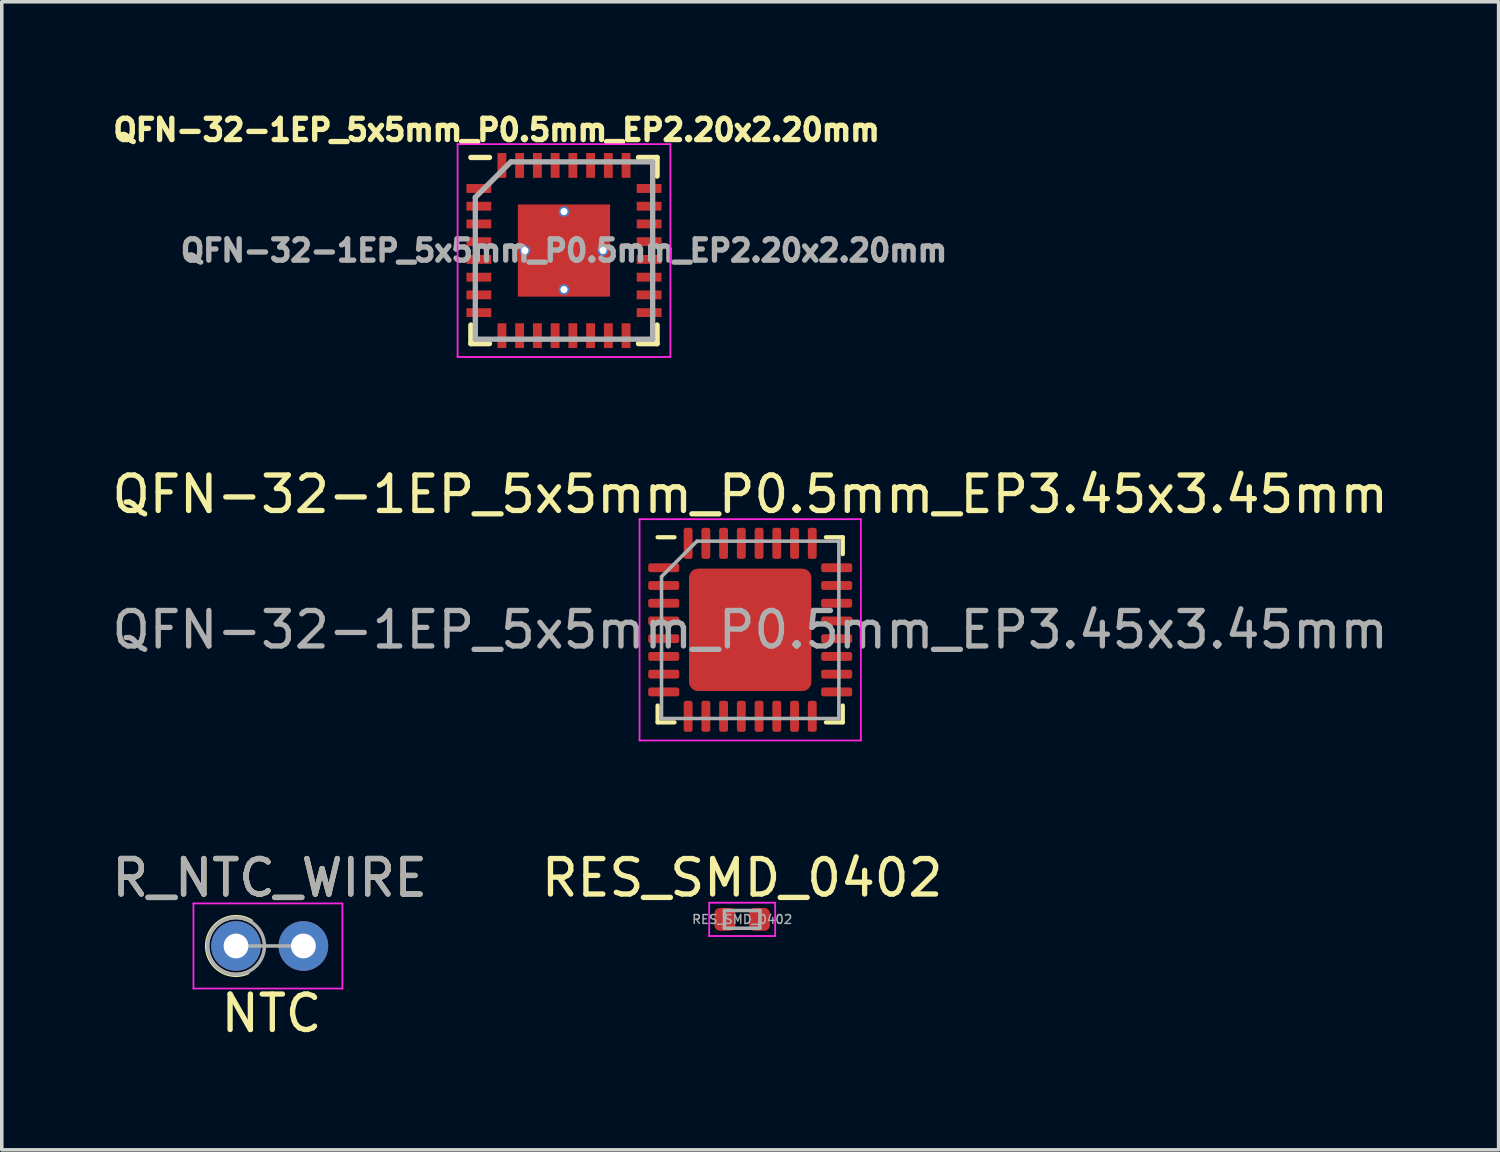
<source format=kicad_pcb>
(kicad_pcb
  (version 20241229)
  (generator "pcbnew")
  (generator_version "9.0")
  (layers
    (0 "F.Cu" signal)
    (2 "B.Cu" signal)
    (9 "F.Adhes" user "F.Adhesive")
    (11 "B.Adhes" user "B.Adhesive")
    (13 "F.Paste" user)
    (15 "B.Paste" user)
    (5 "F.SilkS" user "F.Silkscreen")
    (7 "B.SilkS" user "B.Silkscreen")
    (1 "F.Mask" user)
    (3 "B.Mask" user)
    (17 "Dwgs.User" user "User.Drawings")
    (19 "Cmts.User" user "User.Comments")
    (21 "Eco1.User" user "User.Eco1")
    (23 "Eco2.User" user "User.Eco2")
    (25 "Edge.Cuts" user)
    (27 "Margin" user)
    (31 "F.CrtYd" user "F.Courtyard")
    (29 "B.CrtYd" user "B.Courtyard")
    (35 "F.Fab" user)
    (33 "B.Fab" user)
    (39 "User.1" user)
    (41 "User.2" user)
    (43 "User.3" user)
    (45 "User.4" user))
  (footprint "QFN-32-1EP_5x5mm_P0.5mm_EP3.45x3.45mm"
    (layer "F.Cu")
    (at 18.101 14.707)
    (property "Reference" "QFN-32-1EP_5x5mm_P0.5mm_EP3.45x3.45mm" (at 0 -3.82 0) (layer "F.SilkS") (effects (font (size 1 1) (thickness 0.15))))
    (attr smd)
    (fp_line (start -2.61 2.61) (end -2.61 2.135) (stroke (width 0.12) (type solid)) (layer "F.SilkS"))
    (fp_line (start -2.135 -2.61) (end -2.61 -2.61) (stroke (width 0.12) (type solid)) (layer "F.SilkS"))
    (fp_line (start -2.135 2.61) (end -2.61 2.61) (stroke (width 0.12) (type solid)) (layer "F.SilkS"))
    (fp_line (start 2.135 -2.61) (end 2.61 -2.61) (stroke (width 0.12) (type solid)) (layer "F.SilkS"))
    (fp_line (start 2.135 2.61) (end 2.61 2.61) (stroke (width 0.12) (type solid)) (layer "F.SilkS"))
    (fp_line (start 2.61 -2.61) (end 2.61 -2.135) (stroke (width 0.12) (type solid)) (layer "F.SilkS"))
    (fp_line (start 2.61 2.61) (end 2.61 2.135) (stroke (width 0.12) (type solid)) (layer "F.SilkS"))
    (fp_line (start -3.12 -3.12) (end -3.12 3.12) (stroke (width 0.05) (type solid)) (layer "F.CrtYd"))
    (fp_line (start -3.12 3.12) (end 3.12 3.12) (stroke (width 0.05) (type solid)) (layer "F.CrtYd"))
    (fp_line (start 3.12 -3.12) (end -3.12 -3.12) (stroke (width 0.05) (type solid)) (layer "F.CrtYd"))
    (fp_line (start 3.12 3.12) (end 3.12 -3.12) (stroke (width 0.05) (type solid)) (layer "F.CrtYd"))
    (fp_line (start -2.5 -1.5) (end -1.5 -2.5) (stroke (width 0.1) (type solid)) (layer "F.Fab"))
    (fp_line (start -2.5 2.5) (end -2.5 -1.5) (stroke (width 0.1) (type solid)) (layer "F.Fab"))
    (fp_line (start -1.5 -2.5) (end 2.5 -2.5) (stroke (width 0.1) (type solid)) (layer "F.Fab"))
    (fp_line (start 2.5 -2.5) (end 2.5 2.5) (stroke (width 0.1) (type solid)) (layer "F.Fab"))
    (fp_line (start 2.5 2.5) (end -2.5 2.5) (stroke (width 0.1) (type solid)) (layer "F.Fab"))
    (fp_text user "${REFERENCE}" (at 0 0 0) (layer "F.Fab") (effects (font (size 1 1) (thickness 0.15))))
    (pad "" smd roundrect (at -1.15 -1.15) (size 0.93 0.93) (layers "F.Paste") (roundrect_rratio 0.25))
    (pad "" smd roundrect (at -1.15 0) (size 0.93 0.93) (layers "F.Paste") (roundrect_rratio 0.25))
    (pad "" smd roundrect (at -1.15 1.15) (size 0.93 0.93) (layers "F.Paste") (roundrect_rratio 0.25))
    (pad "" smd roundrect (at 0 -1.15) (size 0.93 0.93) (layers "F.Paste") (roundrect_rratio 0.25))
    (pad "" smd roundrect (at 0 0) (size 0.93 0.93) (layers "F.Paste") (roundrect_rratio 0.25))
    (pad "" smd roundrect (at 0 1.15) (size 0.93 0.93) (layers "F.Paste") (roundrect_rratio 0.25))
    (pad "" smd roundrect (at 1.15 -1.15) (size 0.93 0.93) (layers "F.Paste") (roundrect_rratio 0.25))
    (pad "" smd roundrect (at 1.15 0) (size 0.93 0.93) (layers "F.Paste") (roundrect_rratio 0.25))
    (pad "" smd roundrect (at 1.15 1.15) (size 0.93 0.93) (layers "F.Paste") (roundrect_rratio 0.25))
    (pad "1" smd roundrect (at -2.438 -1.75) (size 0.875 0.25) (layers "F.Cu" "F.Mask" "F.Paste") (roundrect_rratio 0.25))
    (pad "2" smd roundrect (at -2.438 -1.25) (size 0.875 0.25) (layers "F.Cu" "F.Mask" "F.Paste") (roundrect_rratio 0.25))
    (pad "3" smd roundrect (at -2.438 -0.75) (size 0.875 0.25) (layers "F.Cu" "F.Mask" "F.Paste") (roundrect_rratio 0.25))
    (pad "4" smd roundrect (at -2.438 -0.25) (size 0.875 0.25) (layers "F.Cu" "F.Mask" "F.Paste") (roundrect_rratio 0.25))
    (pad "5" smd roundrect (at -2.438 0.25) (size 0.875 0.25) (layers "F.Cu" "F.Mask" "F.Paste") (roundrect_rratio 0.25))
    (pad "6" smd roundrect (at -2.438 0.75) (size 0.875 0.25) (layers "F.Cu" "F.Mask" "F.Paste") (roundrect_rratio 0.25))
    (pad "7" smd roundrect (at -2.438 1.25) (size 0.875 0.25) (layers "F.Cu" "F.Mask" "F.Paste") (roundrect_rratio 0.25))
    (pad "8" smd roundrect (at -2.438 1.75) (size 0.875 0.25) (layers "F.Cu" "F.Mask" "F.Paste") (roundrect_rratio 0.25))
    (pad "9" smd roundrect (at -1.75 2.438) (size 0.25 0.875) (layers "F.Cu" "F.Mask" "F.Paste") (roundrect_rratio 0.25))
    (pad "10" smd roundrect (at -1.25 2.438) (size 0.25 0.875) (layers "F.Cu" "F.Mask" "F.Paste") (roundrect_rratio 0.25))
    (pad "11" smd roundrect (at -0.75 2.438) (size 0.25 0.875) (layers "F.Cu" "F.Mask" "F.Paste") (roundrect_rratio 0.25))
    (pad "12" smd roundrect (at -0.25 2.438) (size 0.25 0.875) (layers "F.Cu" "F.Mask" "F.Paste") (roundrect_rratio 0.25))
    (pad "13" smd roundrect (at 0.25 2.438) (size 0.25 0.875) (layers "F.Cu" "F.Mask" "F.Paste") (roundrect_rratio 0.25))
    (pad "14" smd roundrect (at 0.75 2.438) (size 0.25 0.875) (layers "F.Cu" "F.Mask" "F.Paste") (roundrect_rratio 0.25))
    (pad "15" smd roundrect (at 1.25 2.438) (size 0.25 0.875) (layers "F.Cu" "F.Mask" "F.Paste") (roundrect_rratio 0.25))
    (pad "16" smd roundrect (at 1.75 2.438) (size 0.25 0.875) (layers "F.Cu" "F.Mask" "F.Paste") (roundrect_rratio 0.25))
    (pad "17" smd roundrect (at 2.438 1.75) (size 0.875 0.25) (layers "F.Cu" "F.Mask" "F.Paste") (roundrect_rratio 0.25))
    (pad "18" smd roundrect (at 2.438 1.25) (size 0.875 0.25) (layers "F.Cu" "F.Mask" "F.Paste") (roundrect_rratio 0.25))
    (pad "19" smd roundrect (at 2.438 0.75) (size 0.875 0.25) (layers "F.Cu" "F.Mask" "F.Paste") (roundrect_rratio 0.25))
    (pad "20" smd roundrect (at 2.438 0.25) (size 0.875 0.25) (layers "F.Cu" "F.Mask" "F.Paste") (roundrect_rratio 0.25))
    (pad "21" smd roundrect (at 2.438 -0.25) (size 0.875 0.25) (layers "F.Cu" "F.Mask" "F.Paste") (roundrect_rratio 0.25))
    (pad "22" smd roundrect (at 2.438 -0.75) (size 0.875 0.25) (layers "F.Cu" "F.Mask" "F.Paste") (roundrect_rratio 0.25))
    (pad "23" smd roundrect (at 2.438 -1.25) (size 0.875 0.25) (layers "F.Cu" "F.Mask" "F.Paste") (roundrect_rratio 0.25))
    (pad "24" smd roundrect (at 2.438 -1.75) (size 0.875 0.25) (layers "F.Cu" "F.Mask" "F.Paste") (roundrect_rratio 0.25))
    (pad "25" smd roundrect (at 1.75 -2.438) (size 0.25 0.875) (layers "F.Cu" "F.Mask" "F.Paste") (roundrect_rratio 0.25))
    (pad "26" smd roundrect (at 1.25 -2.438) (size 0.25 0.875) (layers "F.Cu" "F.Mask" "F.Paste") (roundrect_rratio 0.25))
    (pad "27" smd roundrect (at 0.75 -2.438) (size 0.25 0.875) (layers "F.Cu" "F.Mask" "F.Paste") (roundrect_rratio 0.25))
    (pad "28" smd roundrect (at 0.25 -2.438) (size 0.25 0.875) (layers "F.Cu" "F.Mask" "F.Paste") (roundrect_rratio 0.25))
    (pad "29" smd roundrect (at -0.25 -2.438) (size 0.25 0.875) (layers "F.Cu" "F.Mask" "F.Paste") (roundrect_rratio 0.25))
    (pad "30" smd roundrect (at -0.75 -2.438) (size 0.25 0.875) (layers "F.Cu" "F.Mask" "F.Paste") (roundrect_rratio 0.25))
    (pad "31" smd roundrect (at -1.25 -2.438) (size 0.25 0.875) (layers "F.Cu" "F.Mask" "F.Paste") (roundrect_rratio 0.25))
    (pad "32" smd roundrect (at -1.75 -2.438) (size 0.25 0.875) (layers "F.Cu" "F.Mask" "F.Paste") (roundrect_rratio 0.25))
    (pad "33" smd roundrect (at 0 0) (size 3.45 3.45) (layers "F.Cu" "F.Mask") (roundrect_rratio 0.072)))
  (footprint "R_NTC_WIRE"
    (layer "F.Cu")
    (at 3.604 23.621)
    (property "Reference" "R_NTC_WIRE" (at 0.95 -1.92 0) (layer "F.SilkS") (effects (font (size 1 1) (thickness 0.15))))
    (attr through_hole)
    (fp_arc (start 0.320095 0.749359) (mid -0.813042 -0.054435) (end 0.417133 -0.7) (stroke (width 0.12) (type solid)) (layer "F.SilkS"))
    (fp_line (start -1.2 -1.2) (end -1.2 1.2) (stroke (width 0.05) (type solid)) (layer "F.CrtYd"))
    (fp_line (start -1.2 1.2) (end 3 1.2) (stroke (width 0.05) (type solid)) (layer "F.CrtYd"))
    (fp_line (start 3 -1.2) (end -1.2 -1.2) (stroke (width 0.05) (type solid)) (layer "F.CrtYd"))
    (fp_line (start 3 1.2) (end 3 -1.2) (stroke (width 0.05) (type solid)) (layer "F.CrtYd"))
    (fp_line (start 0 0) (end 1.9 0) (stroke (width 0.1) (type solid)) (layer "F.Fab"))
    (fp_circle (center 0 0) (end 0.8 0) (stroke (width 0.1) (type solid)) (fill no) (layer "F.Fab"))
    (fp_text user "NTC" (at 1 1.9 0) (layer "F.SilkS") (effects (font (size 1 1) (thickness 0.15))))
    (fp_text user "${REFERENCE}" (at 0.95 -1.92 0) (layer "F.Fab") (effects (font (size 1 1) (thickness 0.15))))
    (pad "1" thru_hole circle (at 0 0) (size 1.4 1.4) (drill 0.7) (layers "*.Cu" "*.Mask"))
    (pad "2" thru_hole oval (at 1.9 0) (size 1.4 1.4) (drill 0.7) (layers "*.Cu" "*.Mask")))
  (footprint "QFN-32-1EP_5x5mm_P0.5mm_EP2.20x2.20mm"
    (layer "F.Cu")
    (at 12.851 4.014)
    (property "Reference" "QFN-32-1EP_5x5mm_P0.5mm_EP2.20x2.20mm" (at -1.9 -3.4 180) (layer "F.SilkS") (effects (font (size 0.6 0.6) (thickness 0.15))))
    (attr smd)
    (fp_line (start -2.625 -2.625) (end -2.1 -2.625) (stroke (width 0.15) (type solid)) (layer "F.SilkS"))
    (fp_line (start -2.625 2.625) (end -2.625 2.1) (stroke (width 0.15) (type solid)) (layer "F.SilkS"))
    (fp_line (start -2.625 2.625) (end -2.1 2.625) (stroke (width 0.15) (type solid)) (layer "F.SilkS"))
    (fp_line (start 2.625 -2.625) (end 2.1 -2.625) (stroke (width 0.15) (type solid)) (layer "F.SilkS"))
    (fp_line (start 2.625 -2.625) (end 2.625 -2.1) (stroke (width 0.15) (type solid)) (layer "F.SilkS"))
    (fp_line (start 2.625 2.625) (end 2.1 2.625) (stroke (width 0.15) (type solid)) (layer "F.SilkS"))
    (fp_line (start 2.625 2.625) (end 2.625 2.1) (stroke (width 0.15) (type solid)) (layer "F.SilkS"))
    (fp_line (start -3 -3) (end -3 3) (stroke (width 0.05) (type solid)) (layer "F.CrtYd"))
    (fp_line (start -3 -3) (end 3 -3) (stroke (width 0.05) (type solid)) (layer "F.CrtYd"))
    (fp_line (start -3 3) (end 3 3) (stroke (width 0.05) (type solid)) (layer "F.CrtYd"))
    (fp_line (start 3 -3) (end 3 3) (stroke (width 0.05) (type solid)) (layer "F.CrtYd"))
    (fp_line (start -2.5 -1.5) (end -1.5 -2.5) (stroke (width 0.15) (type solid)) (layer "F.Fab"))
    (fp_line (start -2.5 2.5) (end -2.5 -1.5) (stroke (width 0.15) (type solid)) (layer "F.Fab"))
    (fp_line (start -1.5 -2.5) (end 2.5 -2.5) (stroke (width 0.15) (type solid)) (layer "F.Fab"))
    (fp_line (start 2.5 -2.5) (end 2.5 2.5) (stroke (width 0.15) (type solid)) (layer "F.Fab"))
    (fp_line (start 2.5 2.5) (end -2.5 2.5) (stroke (width 0.15) (type solid)) (layer "F.Fab"))
    (fp_text user "${REFERENCE}" (at 0 0 0) (layer "F.Fab") (effects (font (size 0.6 0.6) (thickness 0.15))))
    (pad "" smd rect (at -0.597 0.584) (size 0.92 0.92) (layers "F.Paste"))
    (pad "" smd rect (at -0.572 -0.559) (size 0.92 0.92) (layers "F.Paste"))
    (pad "" smd rect (at 0.572 0.559) (size 0.92 0.92) (layers "F.Paste"))
    (pad "" smd rect (at 0.584 -0.572) (size 0.92 0.92) (layers "F.Paste"))
    (pad "1" smd rect (at -2.4 -1.75) (size 0.7 0.25) (layers "F.Cu" "F.Mask" "F.Paste"))
    (pad "2" smd rect (at -2.4 -1.25) (size 0.7 0.25) (layers "F.Cu" "F.Mask" "F.Paste"))
    (pad "3" smd rect (at -2.4 -0.75) (size 0.7 0.25) (layers "F.Cu" "F.Mask" "F.Paste"))
    (pad "4" smd rect (at -2.4 -0.25) (size 0.7 0.25) (layers "F.Cu" "F.Mask" "F.Paste"))
    (pad "5" smd rect (at -2.4 0.25) (size 0.7 0.25) (layers "F.Cu" "F.Mask" "F.Paste"))
    (pad "6" smd rect (at -2.4 0.75) (size 0.7 0.25) (layers "F.Cu" "F.Mask" "F.Paste"))
    (pad "7" smd rect (at -2.4 1.25) (size 0.7 0.25) (layers "F.Cu" "F.Mask" "F.Paste"))
    (pad "8" smd rect (at -2.4 1.75) (size 0.7 0.25) (layers "F.Cu" "F.Mask" "F.Paste"))
    (pad "9" smd rect (at -1.75 2.4 90) (size 0.7 0.25) (layers "F.Cu" "F.Mask" "F.Paste"))
    (pad "10" smd rect (at -1.25 2.4 90) (size 0.7 0.25) (layers "F.Cu" "F.Mask" "F.Paste"))
    (pad "11" smd rect (at -0.75 2.4 90) (size 0.7 0.25) (layers "F.Cu" "F.Mask" "F.Paste"))
    (pad "12" smd rect (at -0.25 2.4 90) (size 0.7 0.25) (layers "F.Cu" "F.Mask" "F.Paste"))
    (pad "13" smd rect (at 0.25 2.4 90) (size 0.7 0.25) (layers "F.Cu" "F.Mask" "F.Paste"))
    (pad "14" smd rect (at 0.75 2.4 90) (size 0.7 0.25) (layers "F.Cu" "F.Mask" "F.Paste"))
    (pad "15" smd rect (at 1.25 2.4 90) (size 0.7 0.25) (layers "F.Cu" "F.Mask" "F.Paste"))
    (pad "16" smd rect (at 1.75 2.4 90) (size 0.7 0.25) (layers "F.Cu" "F.Mask" "F.Paste"))
    (pad "17" smd rect (at 2.4 1.75) (size 0.7 0.25) (layers "F.Cu" "F.Mask" "F.Paste"))
    (pad "18" smd rect (at 2.4 1.25) (size 0.7 0.25) (layers "F.Cu" "F.Mask" "F.Paste"))
    (pad "19" smd rect (at 2.4 0.75) (size 0.7 0.25) (layers "F.Cu" "F.Mask" "F.Paste"))
    (pad "20" smd rect (at 2.4 0.25) (size 0.7 0.25) (layers "F.Cu" "F.Mask" "F.Paste"))
    (pad "21" smd rect (at 2.4 -0.25) (size 0.7 0.25) (layers "F.Cu" "F.Mask" "F.Paste"))
    (pad "22" smd rect (at 2.4 -0.75) (size 0.7 0.25) (layers "F.Cu" "F.Mask" "F.Paste"))
    (pad "23" smd rect (at 2.4 -1.25) (size 0.7 0.25) (layers "F.Cu" "F.Mask" "F.Paste"))
    (pad "24" smd rect (at 2.4 -1.75) (size 0.7 0.25) (layers "F.Cu" "F.Mask" "F.Paste"))
    (pad "25" smd rect (at 1.75 -2.4 90) (size 0.7 0.25) (layers "F.Cu" "F.Mask" "F.Paste"))
    (pad "26" smd rect (at 1.25 -2.4 90) (size 0.7 0.25) (layers "F.Cu" "F.Mask" "F.Paste"))
    (pad "27" smd rect (at 0.75 -2.4 90) (size 0.7 0.25) (layers "F.Cu" "F.Mask" "F.Paste"))
    (pad "28" smd rect (at 0.25 -2.4 90) (size 0.7 0.25) (layers "F.Cu" "F.Mask" "F.Paste"))
    (pad "29" smd rect (at -0.25 -2.4 90) (size 0.7 0.25) (layers "F.Cu" "F.Mask" "F.Paste"))
    (pad "30" smd rect (at -0.75 -2.4 90) (size 0.7 0.25) (layers "F.Cu" "F.Mask" "F.Paste"))
    (pad "31" smd rect (at -1.25 -2.4 90) (size 0.7 0.25) (layers "F.Cu" "F.Mask" "F.Paste"))
    (pad "32" smd rect (at -1.75 -2.4 90) (size 0.7 0.25) (layers "F.Cu" "F.Mask" "F.Paste"))
    (pad "33" thru_hole circle (at -1.1 0) (size 0.3 0.3) (drill 0.2) (layers "*.Cu" "*.Mask"))
    (pad "33" thru_hole circle (at 0 -1.1) (size 0.3 0.3) (drill 0.2) (layers "*.Cu" "*.Mask"))
    (pad "33" smd rect (at 0 0) (size 2.2 2.2) (layers "F.Cu"))
    (pad "33" smd rect (at 0 0) (size 2.6 2.6) (layers "F.Cu"))
    (pad "33" thru_hole circle (at 0 1.1) (size 0.3 0.3) (drill 0.2) (layers "*.Cu" "*.Mask"))
    (pad "33" thru_hole circle (at 1.1 0) (size 0.3 0.3) (drill 0.2) (layers "*.Cu" "*.Mask")))
  (footprint "RES_SMD_0402"
    (layer "F.Cu")
    (at 17.875 22.871)
    (property "Reference" "RES_SMD_0402" (at 0 -1.17 0) (layer "F.SilkS") (effects (font (size 1 1) (thickness 0.15))))
    (attr smd)
    (fp_line (start -0.93 -0.47) (end 0.93 -0.47) (stroke (width 0.05) (type solid)) (layer "F.CrtYd"))
    (fp_line (start -0.93 0.47) (end -0.93 -0.47) (stroke (width 0.05) (type solid)) (layer "F.CrtYd"))
    (fp_line (start 0.93 -0.47) (end 0.93 0.47) (stroke (width 0.05) (type solid)) (layer "F.CrtYd"))
    (fp_line (start 0.93 0.47) (end -0.93 0.47) (stroke (width 0.05) (type solid)) (layer "F.CrtYd"))
    (fp_line (start -0.5 -0.25) (end 0.5 -0.25) (stroke (width 0.1) (type solid)) (layer "F.Fab"))
    (fp_line (start -0.5 0.25) (end -0.5 -0.25) (stroke (width 0.1) (type solid)) (layer "F.Fab"))
    (fp_line (start 0.5 -0.25) (end 0.5 0.25) (stroke (width 0.1) (type solid)) (layer "F.Fab"))
    (fp_line (start 0.5 0.25) (end -0.5 0.25) (stroke (width 0.1) (type solid)) (layer "F.Fab"))
    (fp_text user "${REFERENCE}" (at 0 0 0) (layer "F.Fab") (effects (font (size 0.25 0.25) (thickness 0.04))))
    (pad "1" smd roundrect (at -0.485 0) (size 0.59 0.64) (layers "F.Cu" "F.Mask" "F.Paste") (roundrect_rratio 0.25))
    (pad "2" smd roundrect (at 0.485 0) (size 0.59 0.64) (layers "F.Cu" "F.Mask" "F.Paste") (roundrect_rratio 0.25)))
  (gr_rect
    (start -3 -3)
    (end 39.202 29.369)
    (stroke (width 0.1) (type default))
    (fill no)
    (layer "Edge.Cuts")))
</source>
